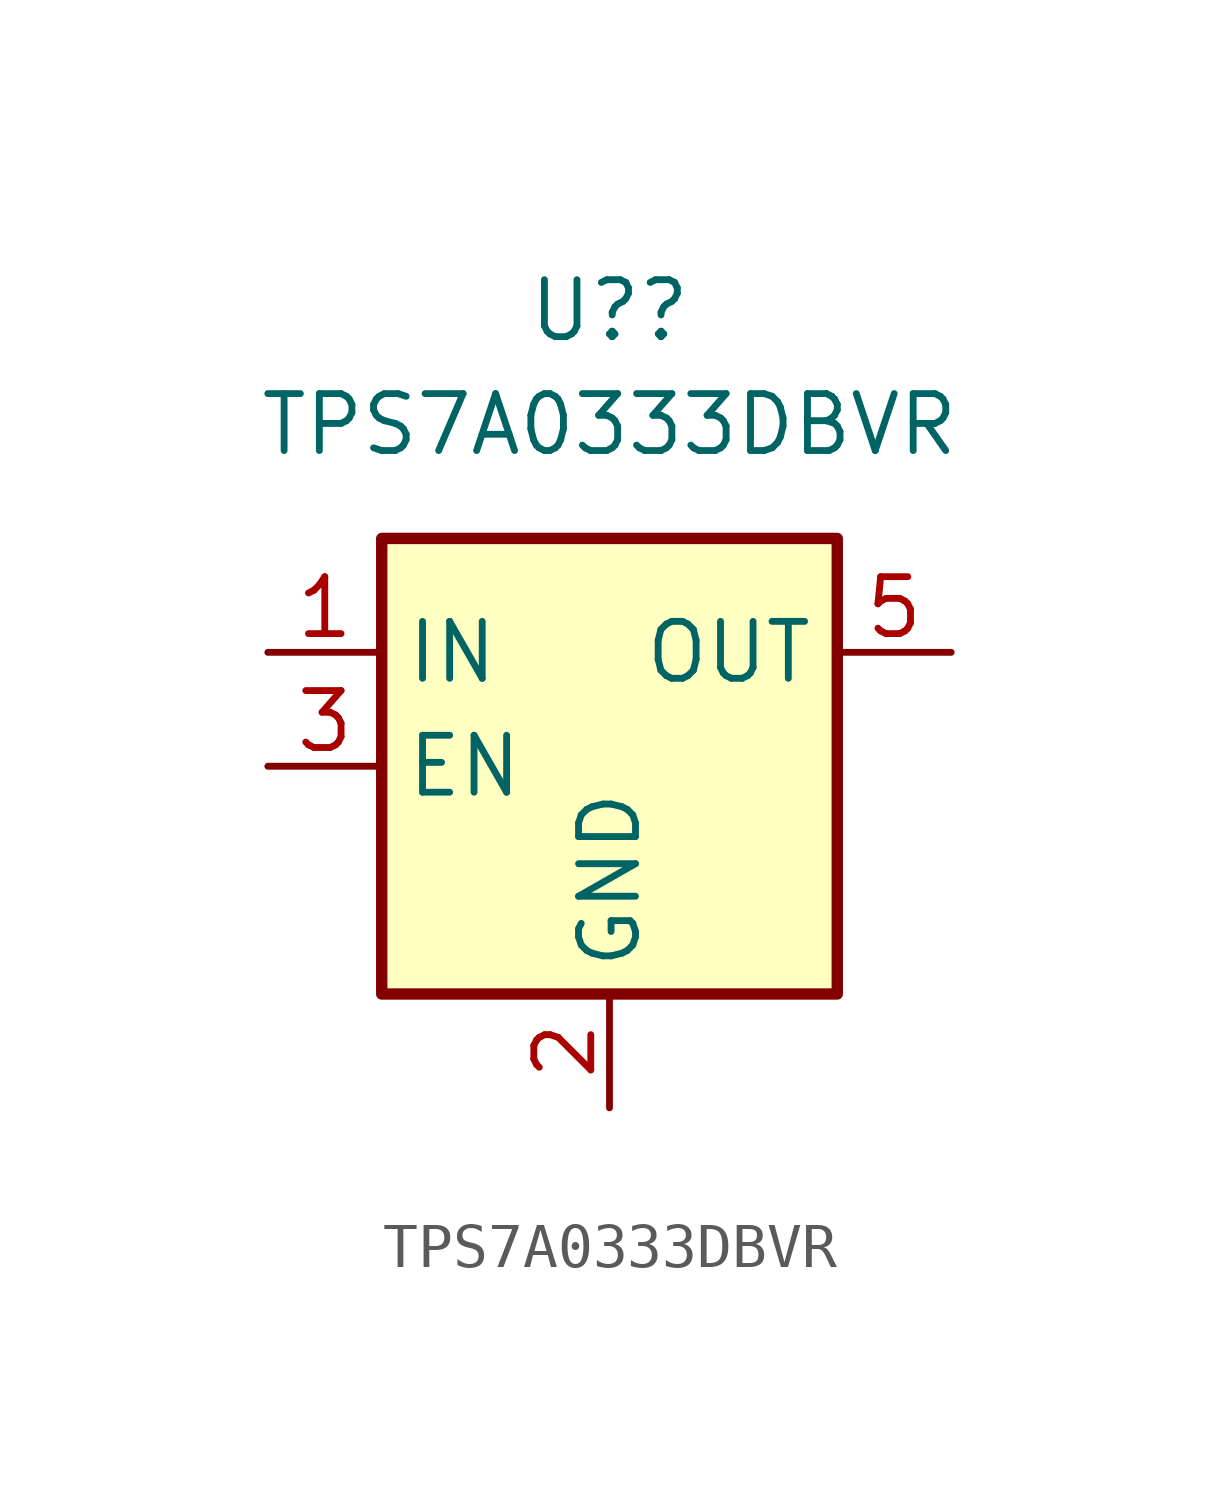
<source format=kicad_sym>
(kicad_symbol_lib
  (version 20211014)
  (generator kicad_symbol_editor)
  (symbol "TPS7A0333DBVR"
    (property "Reference" "U?"
      (at 0 10.16 0)
      (effects (font (size 1.27 1.27))))
    (property "Value" "TPS7A0333DBVR"
      (at 0 7.62 0)
      (effects (font (size 1.27 1.27))))
    (symbol "TPS7A0333DBVR_0_1"
      (rectangle (start -5.08 -5.08) (end 5.08 5.08) (stroke (width 0.254) (type default) (color 0 0 0 0)) (fill (type background)))
      (pin power_in line (at -7.62 2.54 0) (length 2.54) (name "IN" (effects (font (size 1.27 1.27)))) (number "1" (effects (font (size 1.27 1.27)))))
      (pin power_in line (at 0 -7.62 90) (length 2.54) (name "GND" (effects (font (size 1.27 1.27)))) (number "2" (effects (font (size 1.27 1.27)))))
      (pin input line (at -7.62 0 0) (length 2.54) (name "EN" (effects (font (size 1.27 1.27)))) (number "3" (effects (font (size 1.27 1.27)))))
      (pin no_connect line (at 5.08 0 180) (length 2.54) hide (name "NC" (effects (font (size 1.27 1.27)))) (number "4" (effects (font (size 1.27 1.27)))))
      (pin power_out line (at 7.62 2.54 180) (length 2.54) (name "OUT" (effects (font (size 1.27 1.27)))) (number "5" (effects (font (size 1.27 1.27))))))))
</source>
